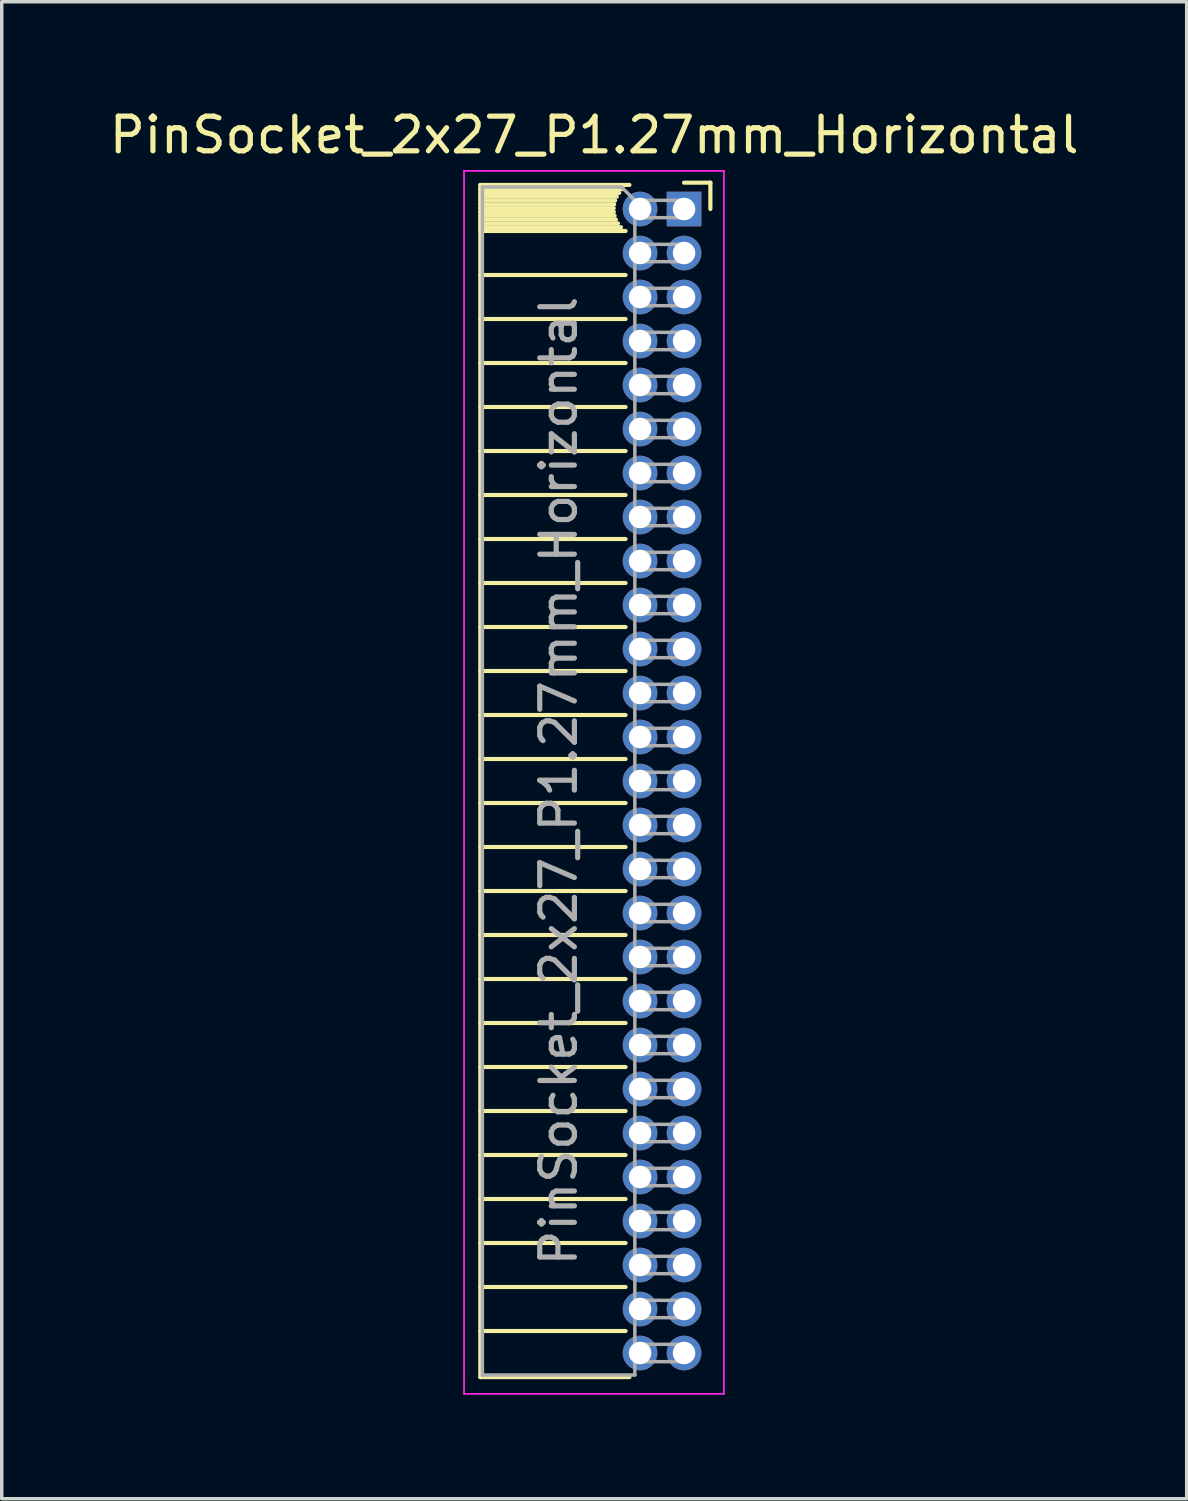
<source format=kicad_pcb>
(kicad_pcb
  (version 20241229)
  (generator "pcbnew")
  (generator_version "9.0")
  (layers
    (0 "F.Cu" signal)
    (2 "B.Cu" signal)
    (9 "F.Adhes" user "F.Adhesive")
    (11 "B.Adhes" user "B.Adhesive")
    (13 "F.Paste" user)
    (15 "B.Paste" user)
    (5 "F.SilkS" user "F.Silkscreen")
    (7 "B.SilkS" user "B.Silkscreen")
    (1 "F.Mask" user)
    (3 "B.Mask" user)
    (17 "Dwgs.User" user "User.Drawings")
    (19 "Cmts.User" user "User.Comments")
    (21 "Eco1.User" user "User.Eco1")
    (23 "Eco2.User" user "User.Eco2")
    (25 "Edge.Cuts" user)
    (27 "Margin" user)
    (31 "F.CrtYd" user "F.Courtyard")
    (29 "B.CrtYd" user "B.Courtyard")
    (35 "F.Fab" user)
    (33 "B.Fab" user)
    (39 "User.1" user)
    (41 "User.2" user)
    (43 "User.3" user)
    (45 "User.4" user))
  (footprint "PinSocket_2x27_P1.27mm_Horizontal"
    (layer "F.Cu")
    (at 16.694 2.983)
    (property "Reference" "PinSocket_2x27_P1.27mm_Horizontal" (at -2.592 -2.135 0) (layer "F.SilkS") (effects (font (size 1 1) (thickness 0.15))))
    (attr through_hole)
    (fp_line (start -5.88 -0.695) (end -5.88 33.715) (stroke (width 0.12) (type solid)) (layer "F.SilkS"))
    (fp_line (start -5.88 -0.695) (end -1.578 -0.695) (stroke (width 0.12) (type solid)) (layer "F.SilkS"))
    (fp_line (start -5.88 -0.575) (end -1.767 -0.575) (stroke (width 0.12) (type solid)) (layer "F.SilkS"))
    (fp_line (start -5.88 -0.465) (end -1.871 -0.465) (stroke (width 0.12) (type solid)) (layer "F.SilkS"))
    (fp_line (start -5.88 -0.355) (end -1.942 -0.355) (stroke (width 0.12) (type solid)) (layer "F.SilkS"))
    (fp_line (start -5.88 -0.245) (end -1.989 -0.245) (stroke (width 0.12) (type solid)) (layer "F.SilkS"))
    (fp_line (start -5.88 -0.135) (end -2.018 -0.135) (stroke (width 0.12) (type solid)) (layer "F.SilkS"))
    (fp_line (start -5.88 -0.025) (end -2.03 -0.025) (stroke (width 0.12) (type solid)) (layer "F.SilkS"))
    (fp_line (start -5.88 0.085) (end -2.025 0.085) (stroke (width 0.12) (type solid)) (layer "F.SilkS"))
    (fp_line (start -5.88 0.195) (end -2.005 0.195) (stroke (width 0.12) (type solid)) (layer "F.SilkS"))
    (fp_line (start -5.88 0.305) (end -1.966 0.305) (stroke (width 0.12) (type solid)) (layer "F.SilkS"))
    (fp_line (start -5.88 0.415) (end -1.907 0.415) (stroke (width 0.12) (type solid)) (layer "F.SilkS"))
    (fp_line (start -5.88 0.525) (end -1.82 0.525) (stroke (width 0.12) (type solid)) (layer "F.SilkS"))
    (fp_line (start -5.88 0.635) (end -1.688 0.635) (stroke (width 0.12) (type solid)) (layer "F.SilkS"))
    (fp_line (start -5.88 1.905) (end -1.688 1.905) (stroke (width 0.12) (type solid)) (layer "F.SilkS"))
    (fp_line (start -5.88 3.175) (end -1.688 3.175) (stroke (width 0.12) (type solid)) (layer "F.SilkS"))
    (fp_line (start -5.88 4.445) (end -1.688 4.445) (stroke (width 0.12) (type solid)) (layer "F.SilkS"))
    (fp_line (start -5.88 5.715) (end -1.688 5.715) (stroke (width 0.12) (type solid)) (layer "F.SilkS"))
    (fp_line (start -5.88 6.985) (end -1.688 6.985) (stroke (width 0.12) (type solid)) (layer "F.SilkS"))
    (fp_line (start -5.88 8.255) (end -1.688 8.255) (stroke (width 0.12) (type solid)) (layer "F.SilkS"))
    (fp_line (start -5.88 9.525) (end -1.688 9.525) (stroke (width 0.12) (type solid)) (layer "F.SilkS"))
    (fp_line (start -5.88 10.795) (end -1.688 10.795) (stroke (width 0.12) (type solid)) (layer "F.SilkS"))
    (fp_line (start -5.88 12.065) (end -1.688 12.065) (stroke (width 0.12) (type solid)) (layer "F.SilkS"))
    (fp_line (start -5.88 13.335) (end -1.688 13.335) (stroke (width 0.12) (type solid)) (layer "F.SilkS"))
    (fp_line (start -5.88 14.605) (end -1.688 14.605) (stroke (width 0.12) (type solid)) (layer "F.SilkS"))
    (fp_line (start -5.88 15.875) (end -1.688 15.875) (stroke (width 0.12) (type solid)) (layer "F.SilkS"))
    (fp_line (start -5.88 17.145) (end -1.688 17.145) (stroke (width 0.12) (type solid)) (layer "F.SilkS"))
    (fp_line (start -5.88 18.415) (end -1.688 18.415) (stroke (width 0.12) (type solid)) (layer "F.SilkS"))
    (fp_line (start -5.88 19.685) (end -1.688 19.685) (stroke (width 0.12) (type solid)) (layer "F.SilkS"))
    (fp_line (start -5.88 20.955) (end -1.688 20.955) (stroke (width 0.12) (type solid)) (layer "F.SilkS"))
    (fp_line (start -5.88 22.225) (end -1.688 22.225) (stroke (width 0.12) (type solid)) (layer "F.SilkS"))
    (fp_line (start -5.88 23.495) (end -1.688 23.495) (stroke (width 0.12) (type solid)) (layer "F.SilkS"))
    (fp_line (start -5.88 24.765) (end -1.688 24.765) (stroke (width 0.12) (type solid)) (layer "F.SilkS"))
    (fp_line (start -5.88 26.035) (end -1.688 26.035) (stroke (width 0.12) (type solid)) (layer "F.SilkS"))
    (fp_line (start -5.88 27.305) (end -1.688 27.305) (stroke (width 0.12) (type solid)) (layer "F.SilkS"))
    (fp_line (start -5.88 28.575) (end -1.688 28.575) (stroke (width 0.12) (type solid)) (layer "F.SilkS"))
    (fp_line (start -5.88 29.845) (end -1.688 29.845) (stroke (width 0.12) (type solid)) (layer "F.SilkS"))
    (fp_line (start -5.88 31.115) (end -1.688 31.115) (stroke (width 0.12) (type solid)) (layer "F.SilkS"))
    (fp_line (start -5.88 32.385) (end -1.688 32.385) (stroke (width 0.12) (type solid)) (layer "F.SilkS"))
    (fp_line (start -5.88 33.715) (end -1.578 33.715) (stroke (width 0.12) (type solid)) (layer "F.SilkS"))
    (fp_line (start 0 -0.76) (end 0.76 -0.76) (stroke (width 0.12) (type solid)) (layer "F.SilkS"))
    (fp_line (start 0.76 -0.76) (end 0.76 0) (stroke (width 0.12) (type solid)) (layer "F.SilkS"))
    (fp_line (start -6.35 -1.1) (end -6.35 34.2) (stroke (width 0.05) (type solid)) (layer "F.CrtYd"))
    (fp_line (start -6.35 34.2) (end 1.15 34.2) (stroke (width 0.05) (type solid)) (layer "F.CrtYd"))
    (fp_line (start 1.15 -1.1) (end -6.35 -1.1) (stroke (width 0.05) (type solid)) (layer "F.CrtYd"))
    (fp_line (start 1.15 34.2) (end 1.15 -1.1) (stroke (width 0.05) (type solid)) (layer "F.CrtYd"))
    (fp_line (start -5.82 -0.635) (end -1.805 -0.635) (stroke (width 0.1) (type solid)) (layer "F.Fab"))
    (fp_line (start -5.82 33.655) (end -5.82 -0.635) (stroke (width 0.1) (type solid)) (layer "F.Fab"))
    (fp_line (start -1.805 -0.635) (end -1.42 -0.25) (stroke (width 0.1) (type solid)) (layer "F.Fab"))
    (fp_line (start -1.42 -0.25) (end -1.42 33.655) (stroke (width 0.1) (type solid)) (layer "F.Fab"))
    (fp_line (start -1.42 0.25) (end 0 0.25) (stroke (width 0.1) (type solid)) (layer "F.Fab"))
    (fp_line (start -1.42 1.52) (end 0 1.52) (stroke (width 0.1) (type solid)) (layer "F.Fab"))
    (fp_line (start -1.42 2.79) (end 0 2.79) (stroke (width 0.1) (type solid)) (layer "F.Fab"))
    (fp_line (start -1.42 4.06) (end 0 4.06) (stroke (width 0.1) (type solid)) (layer "F.Fab"))
    (fp_line (start -1.42 5.33) (end 0 5.33) (stroke (width 0.1) (type solid)) (layer "F.Fab"))
    (fp_line (start -1.42 6.6) (end 0 6.6) (stroke (width 0.1) (type solid)) (layer "F.Fab"))
    (fp_line (start -1.42 7.87) (end 0 7.87) (stroke (width 0.1) (type solid)) (layer "F.Fab"))
    (fp_line (start -1.42 9.14) (end 0 9.14) (stroke (width 0.1) (type solid)) (layer "F.Fab"))
    (fp_line (start -1.42 10.41) (end 0 10.41) (stroke (width 0.1) (type solid)) (layer "F.Fab"))
    (fp_line (start -1.42 11.68) (end 0 11.68) (stroke (width 0.1) (type solid)) (layer "F.Fab"))
    (fp_line (start -1.42 12.95) (end 0 12.95) (stroke (width 0.1) (type solid)) (layer "F.Fab"))
    (fp_line (start -1.42 14.22) (end 0 14.22) (stroke (width 0.1) (type solid)) (layer "F.Fab"))
    (fp_line (start -1.42 15.49) (end 0 15.49) (stroke (width 0.1) (type solid)) (layer "F.Fab"))
    (fp_line (start -1.42 16.76) (end 0 16.76) (stroke (width 0.1) (type solid)) (layer "F.Fab"))
    (fp_line (start -1.42 18.03) (end 0 18.03) (stroke (width 0.1) (type solid)) (layer "F.Fab"))
    (fp_line (start -1.42 19.3) (end 0 19.3) (stroke (width 0.1) (type solid)) (layer "F.Fab"))
    (fp_line (start -1.42 20.57) (end 0 20.57) (stroke (width 0.1) (type solid)) (layer "F.Fab"))
    (fp_line (start -1.42 21.84) (end 0 21.84) (stroke (width 0.1) (type solid)) (layer "F.Fab"))
    (fp_line (start -1.42 23.11) (end 0 23.11) (stroke (width 0.1) (type solid)) (layer "F.Fab"))
    (fp_line (start -1.42 24.38) (end 0 24.38) (stroke (width 0.1) (type solid)) (layer "F.Fab"))
    (fp_line (start -1.42 25.65) (end 0 25.65) (stroke (width 0.1) (type solid)) (layer "F.Fab"))
    (fp_line (start -1.42 26.92) (end 0 26.92) (stroke (width 0.1) (type solid)) (layer "F.Fab"))
    (fp_line (start -1.42 28.19) (end 0 28.19) (stroke (width 0.1) (type solid)) (layer "F.Fab"))
    (fp_line (start -1.42 29.46) (end 0 29.46) (stroke (width 0.1) (type solid)) (layer "F.Fab"))
    (fp_line (start -1.42 30.73) (end 0 30.73) (stroke (width 0.1) (type solid)) (layer "F.Fab"))
    (fp_line (start -1.42 32) (end 0 32) (stroke (width 0.1) (type solid)) (layer "F.Fab"))
    (fp_line (start -1.42 33.27) (end 0 33.27) (stroke (width 0.1) (type solid)) (layer "F.Fab"))
    (fp_line (start -1.42 33.655) (end -5.82 33.655) (stroke (width 0.1) (type solid)) (layer "F.Fab"))
    (fp_line (start 0 -0.25) (end -1.42 -0.25) (stroke (width 0.1) (type solid)) (layer "F.Fab"))
    (fp_line (start 0 0.25) (end 0 -0.25) (stroke (width 0.1) (type solid)) (layer "F.Fab"))
    (fp_line (start 0 1.02) (end -1.42 1.02) (stroke (width 0.1) (type solid)) (layer "F.Fab"))
    (fp_line (start 0 1.52) (end 0 1.02) (stroke (width 0.1) (type solid)) (layer "F.Fab"))
    (fp_line (start 0 2.29) (end -1.42 2.29) (stroke (width 0.1) (type solid)) (layer "F.Fab"))
    (fp_line (start 0 2.79) (end 0 2.29) (stroke (width 0.1) (type solid)) (layer "F.Fab"))
    (fp_line (start 0 3.56) (end -1.42 3.56) (stroke (width 0.1) (type solid)) (layer "F.Fab"))
    (fp_line (start 0 4.06) (end 0 3.56) (stroke (width 0.1) (type solid)) (layer "F.Fab"))
    (fp_line (start 0 4.83) (end -1.42 4.83) (stroke (width 0.1) (type solid)) (layer "F.Fab"))
    (fp_line (start 0 5.33) (end 0 4.83) (stroke (width 0.1) (type solid)) (layer "F.Fab"))
    (fp_line (start 0 6.1) (end -1.42 6.1) (stroke (width 0.1) (type solid)) (layer "F.Fab"))
    (fp_line (start 0 6.6) (end 0 6.1) (stroke (width 0.1) (type solid)) (layer "F.Fab"))
    (fp_line (start 0 7.37) (end -1.42 7.37) (stroke (width 0.1) (type solid)) (layer "F.Fab"))
    (fp_line (start 0 7.87) (end 0 7.37) (stroke (width 0.1) (type solid)) (layer "F.Fab"))
    (fp_line (start 0 8.64) (end -1.42 8.64) (stroke (width 0.1) (type solid)) (layer "F.Fab"))
    (fp_line (start 0 9.14) (end 0 8.64) (stroke (width 0.1) (type solid)) (layer "F.Fab"))
    (fp_line (start 0 9.91) (end -1.42 9.91) (stroke (width 0.1) (type solid)) (layer "F.Fab"))
    (fp_line (start 0 10.41) (end 0 9.91) (stroke (width 0.1) (type solid)) (layer "F.Fab"))
    (fp_line (start 0 11.18) (end -1.42 11.18) (stroke (width 0.1) (type solid)) (layer "F.Fab"))
    (fp_line (start 0 11.68) (end 0 11.18) (stroke (width 0.1) (type solid)) (layer "F.Fab"))
    (fp_line (start 0 12.45) (end -1.42 12.45) (stroke (width 0.1) (type solid)) (layer "F.Fab"))
    (fp_line (start 0 12.95) (end 0 12.45) (stroke (width 0.1) (type solid)) (layer "F.Fab"))
    (fp_line (start 0 13.72) (end -1.42 13.72) (stroke (width 0.1) (type solid)) (layer "F.Fab"))
    (fp_line (start 0 14.22) (end 0 13.72) (stroke (width 0.1) (type solid)) (layer "F.Fab"))
    (fp_line (start 0 14.99) (end -1.42 14.99) (stroke (width 0.1) (type solid)) (layer "F.Fab"))
    (fp_line (start 0 15.49) (end 0 14.99) (stroke (width 0.1) (type solid)) (layer "F.Fab"))
    (fp_line (start 0 16.26) (end -1.42 16.26) (stroke (width 0.1) (type solid)) (layer "F.Fab"))
    (fp_line (start 0 16.76) (end 0 16.26) (stroke (width 0.1) (type solid)) (layer "F.Fab"))
    (fp_line (start 0 17.53) (end -1.42 17.53) (stroke (width 0.1) (type solid)) (layer "F.Fab"))
    (fp_line (start 0 18.03) (end 0 17.53) (stroke (width 0.1) (type solid)) (layer "F.Fab"))
    (fp_line (start 0 18.8) (end -1.42 18.8) (stroke (width 0.1) (type solid)) (layer "F.Fab"))
    (fp_line (start 0 19.3) (end 0 18.8) (stroke (width 0.1) (type solid)) (layer "F.Fab"))
    (fp_line (start 0 20.07) (end -1.42 20.07) (stroke (width 0.1) (type solid)) (layer "F.Fab"))
    (fp_line (start 0 20.57) (end 0 20.07) (stroke (width 0.1) (type solid)) (layer "F.Fab"))
    (fp_line (start 0 21.34) (end -1.42 21.34) (stroke (width 0.1) (type solid)) (layer "F.Fab"))
    (fp_line (start 0 21.84) (end 0 21.34) (stroke (width 0.1) (type solid)) (layer "F.Fab"))
    (fp_line (start 0 22.61) (end -1.42 22.61) (stroke (width 0.1) (type solid)) (layer "F.Fab"))
    (fp_line (start 0 23.11) (end 0 22.61) (stroke (width 0.1) (type solid)) (layer "F.Fab"))
    (fp_line (start 0 23.88) (end -1.42 23.88) (stroke (width 0.1) (type solid)) (layer "F.Fab"))
    (fp_line (start 0 24.38) (end 0 23.88) (stroke (width 0.1) (type solid)) (layer "F.Fab"))
    (fp_line (start 0 25.15) (end -1.42 25.15) (stroke (width 0.1) (type solid)) (layer "F.Fab"))
    (fp_line (start 0 25.65) (end 0 25.15) (stroke (width 0.1) (type solid)) (layer "F.Fab"))
    (fp_line (start 0 26.42) (end -1.42 26.42) (stroke (width 0.1) (type solid)) (layer "F.Fab"))
    (fp_line (start 0 26.92) (end 0 26.42) (stroke (width 0.1) (type solid)) (layer "F.Fab"))
    (fp_line (start 0 27.69) (end -1.42 27.69) (stroke (width 0.1) (type solid)) (layer "F.Fab"))
    (fp_line (start 0 28.19) (end 0 27.69) (stroke (width 0.1) (type solid)) (layer "F.Fab"))
    (fp_line (start 0 28.96) (end -1.42 28.96) (stroke (width 0.1) (type solid)) (layer "F.Fab"))
    (fp_line (start 0 29.46) (end 0 28.96) (stroke (width 0.1) (type solid)) (layer "F.Fab"))
    (fp_line (start 0 30.23) (end -1.42 30.23) (stroke (width 0.1) (type solid)) (layer "F.Fab"))
    (fp_line (start 0 30.73) (end 0 30.23) (stroke (width 0.1) (type solid)) (layer "F.Fab"))
    (fp_line (start 0 31.5) (end -1.42 31.5) (stroke (width 0.1) (type solid)) (layer "F.Fab"))
    (fp_line (start 0 32) (end 0 31.5) (stroke (width 0.1) (type solid)) (layer "F.Fab"))
    (fp_line (start 0 32.77) (end -1.42 32.77) (stroke (width 0.1) (type solid)) (layer "F.Fab"))
    (fp_line (start 0 33.27) (end 0 32.77) (stroke (width 0.1) (type solid)) (layer "F.Fab"))
    (fp_text user "${REFERENCE}" (at -3.62 16.51 90) (layer "F.Fab") (effects (font (size 1 1) (thickness 0.15))))
    (pad "1" thru_hole rect (at 0 0) (size 1 1) (drill 0.65) (layers "*.Cu" "*.Mask"))
    (pad "2" thru_hole circle (at -1.27 0) (size 1 1) (drill 0.65) (layers "*.Cu" "*.Mask"))
    (pad "3" thru_hole circle (at 0 1.27) (size 1 1) (drill 0.65) (layers "*.Cu" "*.Mask"))
    (pad "4" thru_hole circle (at -1.27 1.27) (size 1 1) (drill 0.65) (layers "*.Cu" "*.Mask"))
    (pad "5" thru_hole circle (at 0 2.54) (size 1 1) (drill 0.65) (layers "*.Cu" "*.Mask"))
    (pad "6" thru_hole circle (at -1.27 2.54) (size 1 1) (drill 0.65) (layers "*.Cu" "*.Mask"))
    (pad "7" thru_hole circle (at 0 3.81) (size 1 1) (drill 0.65) (layers "*.Cu" "*.Mask"))
    (pad "8" thru_hole circle (at -1.27 3.81) (size 1 1) (drill 0.65) (layers "*.Cu" "*.Mask"))
    (pad "9" thru_hole circle (at 0 5.08) (size 1 1) (drill 0.65) (layers "*.Cu" "*.Mask"))
    (pad "10" thru_hole circle (at -1.27 5.08) (size 1 1) (drill 0.65) (layers "*.Cu" "*.Mask"))
    (pad "11" thru_hole circle (at 0 6.35) (size 1 1) (drill 0.65) (layers "*.Cu" "*.Mask"))
    (pad "12" thru_hole circle (at -1.27 6.35) (size 1 1) (drill 0.65) (layers "*.Cu" "*.Mask"))
    (pad "13" thru_hole circle (at 0 7.62) (size 1 1) (drill 0.65) (layers "*.Cu" "*.Mask"))
    (pad "14" thru_hole circle (at -1.27 7.62) (size 1 1) (drill 0.65) (layers "*.Cu" "*.Mask"))
    (pad "15" thru_hole circle (at 0 8.89) (size 1 1) (drill 0.65) (layers "*.Cu" "*.Mask"))
    (pad "16" thru_hole circle (at -1.27 8.89) (size 1 1) (drill 0.65) (layers "*.Cu" "*.Mask"))
    (pad "17" thru_hole circle (at 0 10.16) (size 1 1) (drill 0.65) (layers "*.Cu" "*.Mask"))
    (pad "18" thru_hole circle (at -1.27 10.16) (size 1 1) (drill 0.65) (layers "*.Cu" "*.Mask"))
    (pad "19" thru_hole circle (at 0 11.43) (size 1 1) (drill 0.65) (layers "*.Cu" "*.Mask"))
    (pad "20" thru_hole circle (at -1.27 11.43) (size 1 1) (drill 0.65) (layers "*.Cu" "*.Mask"))
    (pad "21" thru_hole circle (at 0 12.7) (size 1 1) (drill 0.65) (layers "*.Cu" "*.Mask"))
    (pad "22" thru_hole circle (at -1.27 12.7) (size 1 1) (drill 0.65) (layers "*.Cu" "*.Mask"))
    (pad "23" thru_hole circle (at 0 13.97) (size 1 1) (drill 0.65) (layers "*.Cu" "*.Mask"))
    (pad "24" thru_hole circle (at -1.27 13.97) (size 1 1) (drill 0.65) (layers "*.Cu" "*.Mask"))
    (pad "25" thru_hole circle (at 0 15.24) (size 1 1) (drill 0.65) (layers "*.Cu" "*.Mask"))
    (pad "26" thru_hole circle (at -1.27 15.24) (size 1 1) (drill 0.65) (layers "*.Cu" "*.Mask"))
    (pad "27" thru_hole circle (at 0 16.51) (size 1 1) (drill 0.65) (layers "*.Cu" "*.Mask"))
    (pad "28" thru_hole circle (at -1.27 16.51) (size 1 1) (drill 0.65) (layers "*.Cu" "*.Mask"))
    (pad "29" thru_hole circle (at 0 17.78) (size 1 1) (drill 0.65) (layers "*.Cu" "*.Mask"))
    (pad "30" thru_hole circle (at -1.27 17.78) (size 1 1) (drill 0.65) (layers "*.Cu" "*.Mask"))
    (pad "31" thru_hole circle (at 0 19.05) (size 1 1) (drill 0.65) (layers "*.Cu" "*.Mask"))
    (pad "32" thru_hole circle (at -1.27 19.05) (size 1 1) (drill 0.65) (layers "*.Cu" "*.Mask"))
    (pad "33" thru_hole circle (at 0 20.32) (size 1 1) (drill 0.65) (layers "*.Cu" "*.Mask"))
    (pad "34" thru_hole circle (at -1.27 20.32) (size 1 1) (drill 0.65) (layers "*.Cu" "*.Mask"))
    (pad "35" thru_hole circle (at 0 21.59) (size 1 1) (drill 0.65) (layers "*.Cu" "*.Mask"))
    (pad "36" thru_hole circle (at -1.27 21.59) (size 1 1) (drill 0.65) (layers "*.Cu" "*.Mask"))
    (pad "37" thru_hole circle (at 0 22.86) (size 1 1) (drill 0.65) (layers "*.Cu" "*.Mask"))
    (pad "38" thru_hole circle (at -1.27 22.86) (size 1 1) (drill 0.65) (layers "*.Cu" "*.Mask"))
    (pad "39" thru_hole circle (at 0 24.13) (size 1 1) (drill 0.65) (layers "*.Cu" "*.Mask"))
    (pad "40" thru_hole circle (at -1.27 24.13) (size 1 1) (drill 0.65) (layers "*.Cu" "*.Mask"))
    (pad "41" thru_hole circle (at 0 25.4) (size 1 1) (drill 0.65) (layers "*.Cu" "*.Mask"))
    (pad "42" thru_hole circle (at -1.27 25.4) (size 1 1) (drill 0.65) (layers "*.Cu" "*.Mask"))
    (pad "43" thru_hole circle (at 0 26.67) (size 1 1) (drill 0.65) (layers "*.Cu" "*.Mask"))
    (pad "44" thru_hole circle (at -1.27 26.67) (size 1 1) (drill 0.65) (layers "*.Cu" "*.Mask"))
    (pad "45" thru_hole circle (at 0 27.94) (size 1 1) (drill 0.65) (layers "*.Cu" "*.Mask"))
    (pad "46" thru_hole circle (at -1.27 27.94) (size 1 1) (drill 0.65) (layers "*.Cu" "*.Mask"))
    (pad "47" thru_hole circle (at 0 29.21) (size 1 1) (drill 0.65) (layers "*.Cu" "*.Mask"))
    (pad "48" thru_hole circle (at -1.27 29.21) (size 1 1) (drill 0.65) (layers "*.Cu" "*.Mask"))
    (pad "49" thru_hole circle (at 0 30.48) (size 1 1) (drill 0.65) (layers "*.Cu" "*.Mask"))
    (pad "50" thru_hole circle (at -1.27 30.48) (size 1 1) (drill 0.65) (layers "*.Cu" "*.Mask"))
    (pad "51" thru_hole circle (at 0 31.75) (size 1 1) (drill 0.65) (layers "*.Cu" "*.Mask"))
    (pad "52" thru_hole circle (at -1.27 31.75) (size 1 1) (drill 0.65) (layers "*.Cu" "*.Mask"))
    (pad "53" thru_hole circle (at 0 33.02) (size 1 1) (drill 0.65) (layers "*.Cu" "*.Mask"))
    (pad "54" thru_hole circle (at -1.27 33.02) (size 1 1) (drill 0.65) (layers "*.Cu" "*.Mask")))
  (gr_rect
    (start -3 -3)
    (end 31.202 40.208)
    (stroke (width 0.1) (type default))
    (fill no)
    (layer "Edge.Cuts")))
</source>
